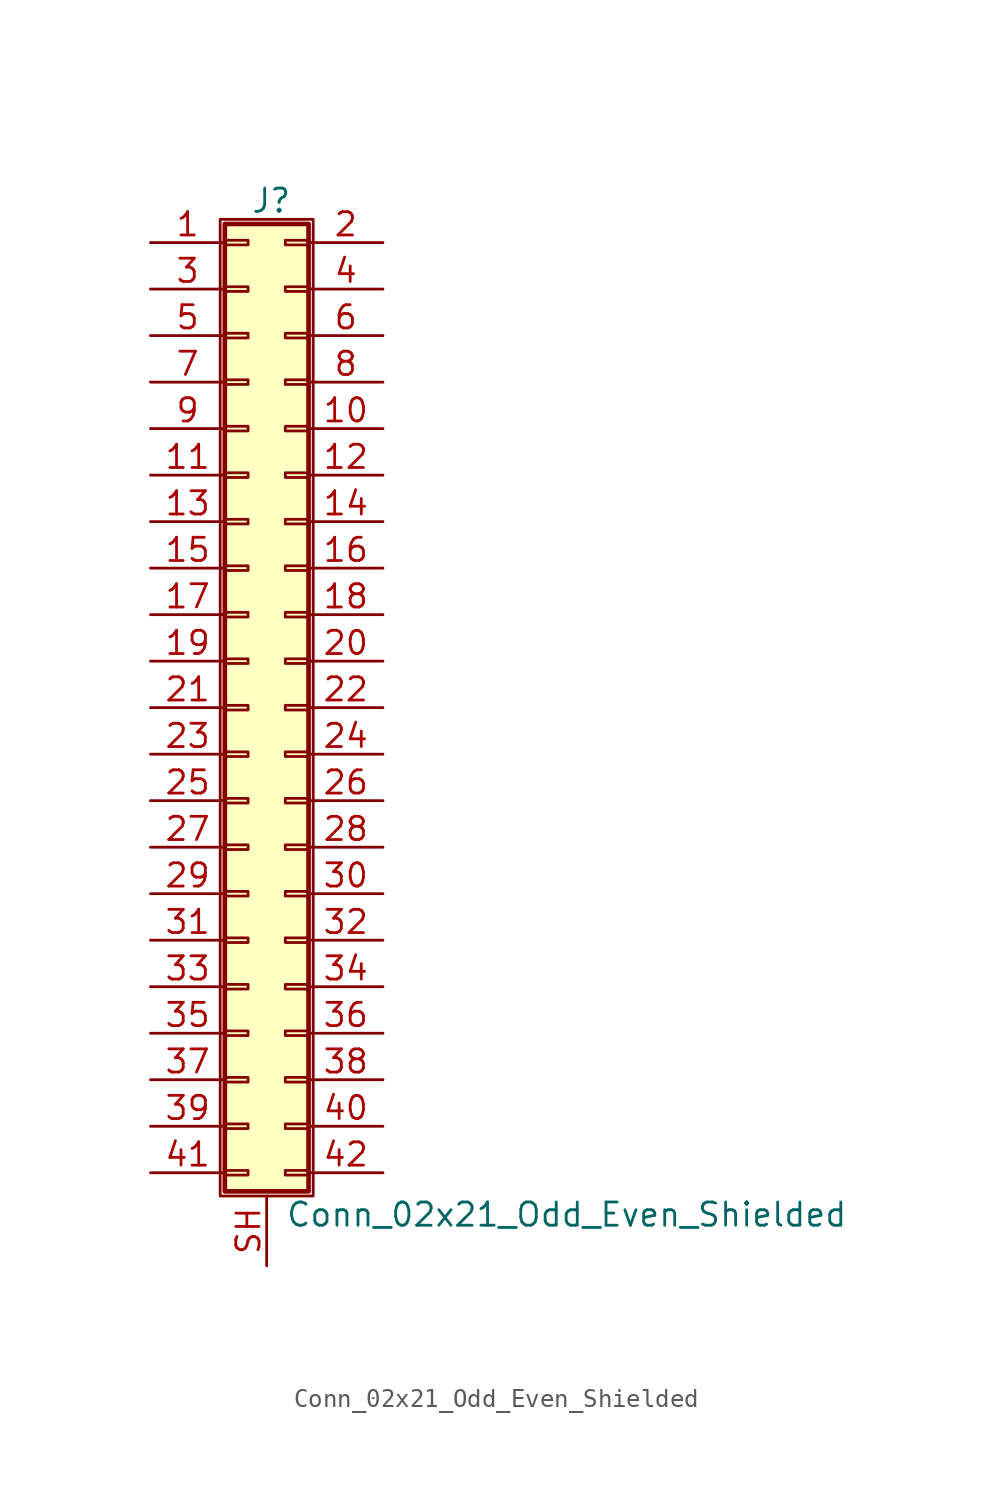
<source format=kicad_sym>
(kicad_symbol_lib
  (version 20220914)
  (generator kicad_symbol_editor)
  (symbol "Conn_02x21_Odd_Even_Shielded"
    (pin_names
      (offset 1.016) hide)
    (property "Reference" "J"
      (at 1.524 27.686 0)
      (effects (font (size 1.27 1.27))))
    (property "Value" "Conn_02x21_Odd_Even_Shielded"
      (at 2.286 -27.686 0)
      (effects (font (size 1.27 1.27)) (justify left)))
    (symbol "Conn_02x21_Odd_Even_Shielded_1_1"
      (rectangle (start -1.27 26.67) (end 3.81 -26.67) (stroke (width 0.152) (type default)) (fill (type none)))
      (rectangle (start -1.016 -25.273) (end 0.254 -25.527) (stroke (width 0.152) (type default)) (fill (type none)))
      (rectangle (start -1.016 -22.733) (end 0.254 -22.987) (stroke (width 0.152) (type default)) (fill (type none)))
      (rectangle (start -1.016 -20.193) (end 0.254 -20.447) (stroke (width 0.152) (type default)) (fill (type none)))
      (rectangle (start -1.016 -17.653) (end 0.254 -17.907) (stroke (width 0.152) (type default)) (fill (type none)))
      (rectangle (start -1.016 -15.113) (end 0.254 -15.367) (stroke (width 0.152) (type default)) (fill (type none)))
      (rectangle (start -1.016 -12.573) (end 0.254 -12.827) (stroke (width 0.152) (type default)) (fill (type none)))
      (rectangle (start -1.016 -10.033) (end 0.254 -10.287) (stroke (width 0.152) (type default)) (fill (type none)))
      (rectangle (start -1.016 -7.493) (end 0.254 -7.747) (stroke (width 0.152) (type default)) (fill (type none)))
      (rectangle (start -1.016 -4.953) (end 0.254 -5.207) (stroke (width 0.152) (type default)) (fill (type none)))
      (rectangle (start -1.016 -2.413) (end 0.254 -2.667) (stroke (width 0.152) (type default)) (fill (type none)))
      (rectangle (start -1.016 0.127) (end 0.254 -0.127) (stroke (width 0.152) (type default)) (fill (type none)))
      (rectangle (start -1.016 2.667) (end 0.254 2.413) (stroke (width 0.152) (type default)) (fill (type none)))
      (rectangle (start -1.016 5.207) (end 0.254 4.953) (stroke (width 0.152) (type default)) (fill (type none)))
      (rectangle (start -1.016 7.747) (end 0.254 7.493) (stroke (width 0.152) (type default)) (fill (type none)))
      (rectangle (start -1.016 10.287) (end 0.254 10.033) (stroke (width 0.152) (type default)) (fill (type none)))
      (rectangle (start -1.016 12.827) (end 0.254 12.573) (stroke (width 0.152) (type default)) (fill (type none)))
      (rectangle (start -1.016 15.367) (end 0.254 15.113) (stroke (width 0.152) (type default)) (fill (type none)))
      (rectangle (start -1.016 17.907) (end 0.254 17.653) (stroke (width 0.152) (type default)) (fill (type none)))
      (rectangle (start -1.016 20.447) (end 0.254 20.193) (stroke (width 0.152) (type default)) (fill (type none)))
      (rectangle (start -1.016 22.987) (end 0.254 22.733) (stroke (width 0.152) (type default)) (fill (type none)))
      (rectangle (start -1.016 25.527) (end 0.254 25.273) (stroke (width 0.152) (type default)) (fill (type none)))
      (rectangle (start -1.016 26.416) (end 3.556 -26.416) (stroke (width 0.254) (type default)) (fill (type background)))
      (rectangle (start 3.556 -25.273) (end 2.286 -25.527) (stroke (width 0.152) (type default)) (fill (type none)))
      (rectangle (start 3.556 -22.733) (end 2.286 -22.987) (stroke (width 0.152) (type default)) (fill (type none)))
      (rectangle (start 3.556 -20.193) (end 2.286 -20.447) (stroke (width 0.152) (type default)) (fill (type none)))
      (rectangle (start 3.556 -17.653) (end 2.286 -17.907) (stroke (width 0.152) (type default)) (fill (type none)))
      (rectangle (start 3.556 -15.113) (end 2.286 -15.367) (stroke (width 0.152) (type default)) (fill (type none)))
      (rectangle (start 3.556 -12.573) (end 2.286 -12.827) (stroke (width 0.152) (type default)) (fill (type none)))
      (rectangle (start 3.556 -10.033) (end 2.286 -10.287) (stroke (width 0.152) (type default)) (fill (type none)))
      (rectangle (start 3.556 -7.493) (end 2.286 -7.747) (stroke (width 0.152) (type default)) (fill (type none)))
      (rectangle (start 3.556 -4.953) (end 2.286 -5.207) (stroke (width 0.152) (type default)) (fill (type none)))
      (rectangle (start 3.556 -2.413) (end 2.286 -2.667) (stroke (width 0.152) (type default)) (fill (type none)))
      (rectangle (start 3.556 0.127) (end 2.286 -0.127) (stroke (width 0.152) (type default)) (fill (type none)))
      (rectangle (start 3.556 2.667) (end 2.286 2.413) (stroke (width 0.152) (type default)) (fill (type none)))
      (rectangle (start 3.556 5.207) (end 2.286 4.953) (stroke (width 0.152) (type default)) (fill (type none)))
      (rectangle (start 3.556 7.747) (end 2.286 7.493) (stroke (width 0.152) (type default)) (fill (type none)))
      (rectangle (start 3.556 10.287) (end 2.286 10.033) (stroke (width 0.152) (type default)) (fill (type none)))
      (rectangle (start 3.556 12.827) (end 2.286 12.573) (stroke (width 0.152) (type default)) (fill (type none)))
      (rectangle (start 3.556 15.367) (end 2.286 15.113) (stroke (width 0.152) (type default)) (fill (type none)))
      (rectangle (start 3.556 17.907) (end 2.286 17.653) (stroke (width 0.152) (type default)) (fill (type none)))
      (rectangle (start 3.556 20.447) (end 2.286 20.193) (stroke (width 0.152) (type default)) (fill (type none)))
      (rectangle (start 3.556 22.987) (end 2.286 22.733) (stroke (width 0.152) (type default)) (fill (type none)))
      (rectangle (start 3.556 25.527) (end 2.286 25.273) (stroke (width 0.152) (type default)) (fill (type none)))
      (pin passive line (at -5.08 25.4 0) (length 4.064) (name "Pin_1" (effects (font (size 1.27 1.27)))) (number "1" (effects (font (size 1.27 1.27)))))
      (pin passive line (at 7.62 15.24 180) (length 4.064) (name "Pin_10" (effects (font (size 1.27 1.27)))) (number "10" (effects (font (size 1.27 1.27)))))
      (pin passive line (at -5.08 12.7 0) (length 4.064) (name "Pin_11" (effects (font (size 1.27 1.27)))) (number "11" (effects (font (size 1.27 1.27)))))
      (pin passive line (at 7.62 12.7 180) (length 4.064) (name "Pin_12" (effects (font (size 1.27 1.27)))) (number "12" (effects (font (size 1.27 1.27)))))
      (pin passive line (at -5.08 10.16 0) (length 4.064) (name "Pin_13" (effects (font (size 1.27 1.27)))) (number "13" (effects (font (size 1.27 1.27)))))
      (pin passive line (at 7.62 10.16 180) (length 4.064) (name "Pin_14" (effects (font (size 1.27 1.27)))) (number "14" (effects (font (size 1.27 1.27)))))
      (pin passive line (at -5.08 7.62 0) (length 4.064) (name "Pin_15" (effects (font (size 1.27 1.27)))) (number "15" (effects (font (size 1.27 1.27)))))
      (pin passive line (at 7.62 7.62 180) (length 4.064) (name "Pin_16" (effects (font (size 1.27 1.27)))) (number "16" (effects (font (size 1.27 1.27)))))
      (pin passive line (at -5.08 5.08 0) (length 4.064) (name "Pin_17" (effects (font (size 1.27 1.27)))) (number "17" (effects (font (size 1.27 1.27)))))
      (pin passive line (at 7.62 5.08 180) (length 4.064) (name "Pin_18" (effects (font (size 1.27 1.27)))) (number "18" (effects (font (size 1.27 1.27)))))
      (pin passive line (at -5.08 2.54 0) (length 4.064) (name "Pin_19" (effects (font (size 1.27 1.27)))) (number "19" (effects (font (size 1.27 1.27)))))
      (pin passive line (at 7.62 25.4 180) (length 4.064) (name "Pin_2" (effects (font (size 1.27 1.27)))) (number "2" (effects (font (size 1.27 1.27)))))
      (pin passive line (at 7.62 2.54 180) (length 4.064) (name "Pin_20" (effects (font (size 1.27 1.27)))) (number "20" (effects (font (size 1.27 1.27)))))
      (pin passive line (at -5.08 0 0) (length 4.064) (name "Pin_21" (effects (font (size 1.27 1.27)))) (number "21" (effects (font (size 1.27 1.27)))))
      (pin passive line (at 7.62 0 180) (length 4.064) (name "Pin_22" (effects (font (size 1.27 1.27)))) (number "22" (effects (font (size 1.27 1.27)))))
      (pin passive line (at -5.08 -2.54 0) (length 4.064) (name "Pin_23" (effects (font (size 1.27 1.27)))) (number "23" (effects (font (size 1.27 1.27)))))
      (pin passive line (at 7.62 -2.54 180) (length 4.064) (name "Pin_24" (effects (font (size 1.27 1.27)))) (number "24" (effects (font (size 1.27 1.27)))))
      (pin passive line (at -5.08 -5.08 0) (length 4.064) (name "Pin_25" (effects (font (size 1.27 1.27)))) (number "25" (effects (font (size 1.27 1.27)))))
      (pin passive line (at 7.62 -5.08 180) (length 4.064) (name "Pin_26" (effects (font (size 1.27 1.27)))) (number "26" (effects (font (size 1.27 1.27)))))
      (pin passive line (at -5.08 -7.62 0) (length 4.064) (name "Pin_27" (effects (font (size 1.27 1.27)))) (number "27" (effects (font (size 1.27 1.27)))))
      (pin passive line (at 7.62 -7.62 180) (length 4.064) (name "Pin_28" (effects (font (size 1.27 1.27)))) (number "28" (effects (font (size 1.27 1.27)))))
      (pin passive line (at -5.08 -10.16 0) (length 4.064) (name "Pin_29" (effects (font (size 1.27 1.27)))) (number "29" (effects (font (size 1.27 1.27)))))
      (pin passive line (at -5.08 22.86 0) (length 4.064) (name "Pin_3" (effects (font (size 1.27 1.27)))) (number "3" (effects (font (size 1.27 1.27)))))
      (pin passive line (at 7.62 -10.16 180) (length 4.064) (name "Pin_30" (effects (font (size 1.27 1.27)))) (number "30" (effects (font (size 1.27 1.27)))))
      (pin passive line (at -5.08 -12.7 0) (length 4.064) (name "Pin_31" (effects (font (size 1.27 1.27)))) (number "31" (effects (font (size 1.27 1.27)))))
      (pin passive line (at 7.62 -12.7 180) (length 4.064) (name "Pin_32" (effects (font (size 1.27 1.27)))) (number "32" (effects (font (size 1.27 1.27)))))
      (pin passive line (at -5.08 -15.24 0) (length 4.064) (name "Pin_33" (effects (font (size 1.27 1.27)))) (number "33" (effects (font (size 1.27 1.27)))))
      (pin passive line (at 7.62 -15.24 180) (length 4.064) (name "Pin_34" (effects (font (size 1.27 1.27)))) (number "34" (effects (font (size 1.27 1.27)))))
      (pin passive line (at -5.08 -17.78 0) (length 4.064) (name "Pin_35" (effects (font (size 1.27 1.27)))) (number "35" (effects (font (size 1.27 1.27)))))
      (pin passive line (at 7.62 -17.78 180) (length 4.064) (name "Pin_36" (effects (font (size 1.27 1.27)))) (number "36" (effects (font (size 1.27 1.27)))))
      (pin passive line (at -5.08 -20.32 0) (length 4.064) (name "Pin_37" (effects (font (size 1.27 1.27)))) (number "37" (effects (font (size 1.27 1.27)))))
      (pin passive line (at 7.62 -20.32 180) (length 4.064) (name "Pin_38" (effects (font (size 1.27 1.27)))) (number "38" (effects (font (size 1.27 1.27)))))
      (pin passive line (at -5.08 -22.86 0) (length 4.064) (name "Pin_39" (effects (font (size 1.27 1.27)))) (number "39" (effects (font (size 1.27 1.27)))))
      (pin passive line (at 7.62 22.86 180) (length 4.064) (name "Pin_4" (effects (font (size 1.27 1.27)))) (number "4" (effects (font (size 1.27 1.27)))))
      (pin passive line (at 7.62 -22.86 180) (length 4.064) (name "Pin_40" (effects (font (size 1.27 1.27)))) (number "40" (effects (font (size 1.27 1.27)))))
      (pin passive line (at -5.08 -25.4 0) (length 4.064) (name "Pin_41" (effects (font (size 1.27 1.27)))) (number "41" (effects (font (size 1.27 1.27)))))
      (pin passive line (at 7.62 -25.4 180) (length 4.064) (name "Pin_42" (effects (font (size 1.27 1.27)))) (number "42" (effects (font (size 1.27 1.27)))))
      (pin passive line (at -5.08 20.32 0) (length 4.064) (name "Pin_5" (effects (font (size 1.27 1.27)))) (number "5" (effects (font (size 1.27 1.27)))))
      (pin passive line (at 7.62 20.32 180) (length 4.064) (name "Pin_6" (effects (font (size 1.27 1.27)))) (number "6" (effects (font (size 1.27 1.27)))))
      (pin passive line (at -5.08 17.78 0) (length 4.064) (name "Pin_7" (effects (font (size 1.27 1.27)))) (number "7" (effects (font (size 1.27 1.27)))))
      (pin passive line (at 7.62 17.78 180) (length 4.064) (name "Pin_8" (effects (font (size 1.27 1.27)))) (number "8" (effects (font (size 1.27 1.27)))))
      (pin passive line (at -5.08 15.24 0) (length 4.064) (name "Pin_9" (effects (font (size 1.27 1.27)))) (number "9" (effects (font (size 1.27 1.27)))))
      (pin passive line (at 1.27 -30.48 90) (length 3.81) (name "Shield" (effects (font (size 1.27 1.27)))) (number "SH" (effects (font (size 1.27 1.27))))))))
</source>
